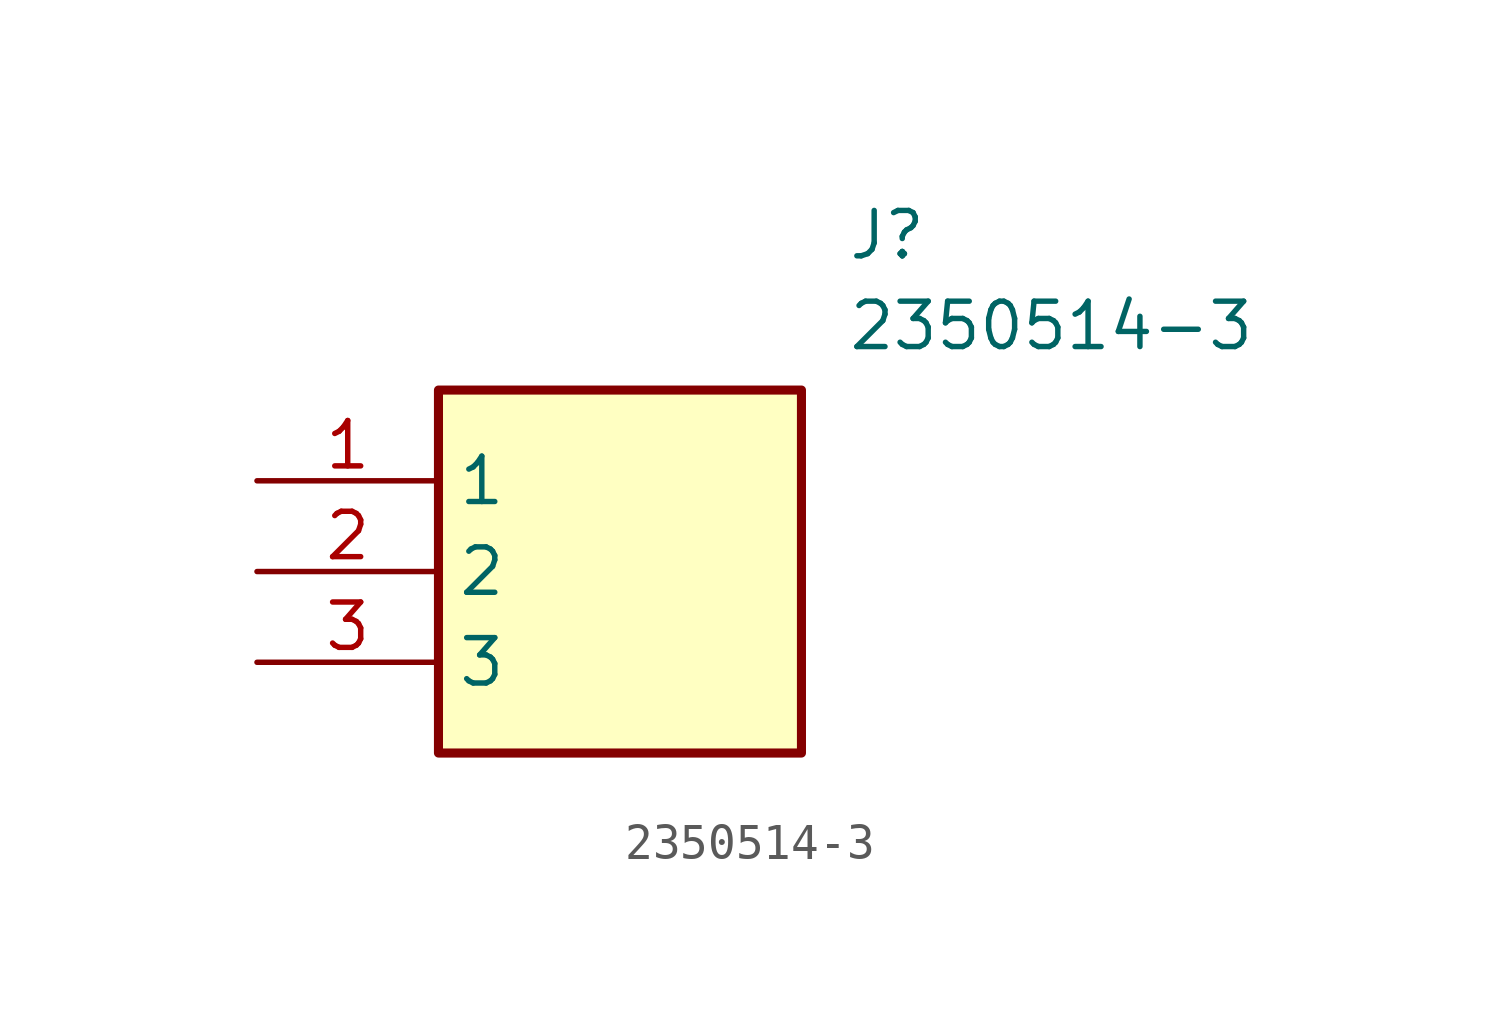
<source format=kicad_sym>
(kicad_symbol_lib
  (version 20211014)
  (generator SamacSys_ECAD_Model)
  (symbol "2350514-3"
    (property "Reference" "J"
      (at 16.51 7.62 0)
      (effects (font (size 1.27 1.27)) (justify left top)))
    (property "Value" "2350514-3"
      (at 16.51 5.08 0)
      (effects (font (size 1.27 1.27)) (justify left top)))
    (rectangle
      (start 5.08 2.54)
      (end 15.24 -7.62)
      (stroke (width 0.254) (type default))
      (fill (type background)))
    (pin passive line
      (at 0 0 0)
      (length 5.08)
      (name "1" (effects (font (size 1.27 1.27))))
      (number "1" (effects (font (size 1.27 1.27)))))
    (pin passive line
      (at 0 -2.54 0)
      (length 5.08)
      (name "2" (effects (font (size 1.27 1.27))))
      (number "2" (effects (font (size 1.27 1.27)))))
    (pin passive line
      (at 0 -5.08 0)
      (length 5.08)
      (name "3" (effects (font (size 1.27 1.27))))
      (number "3" (effects (font (size 1.27 1.27)))))))
</source>
